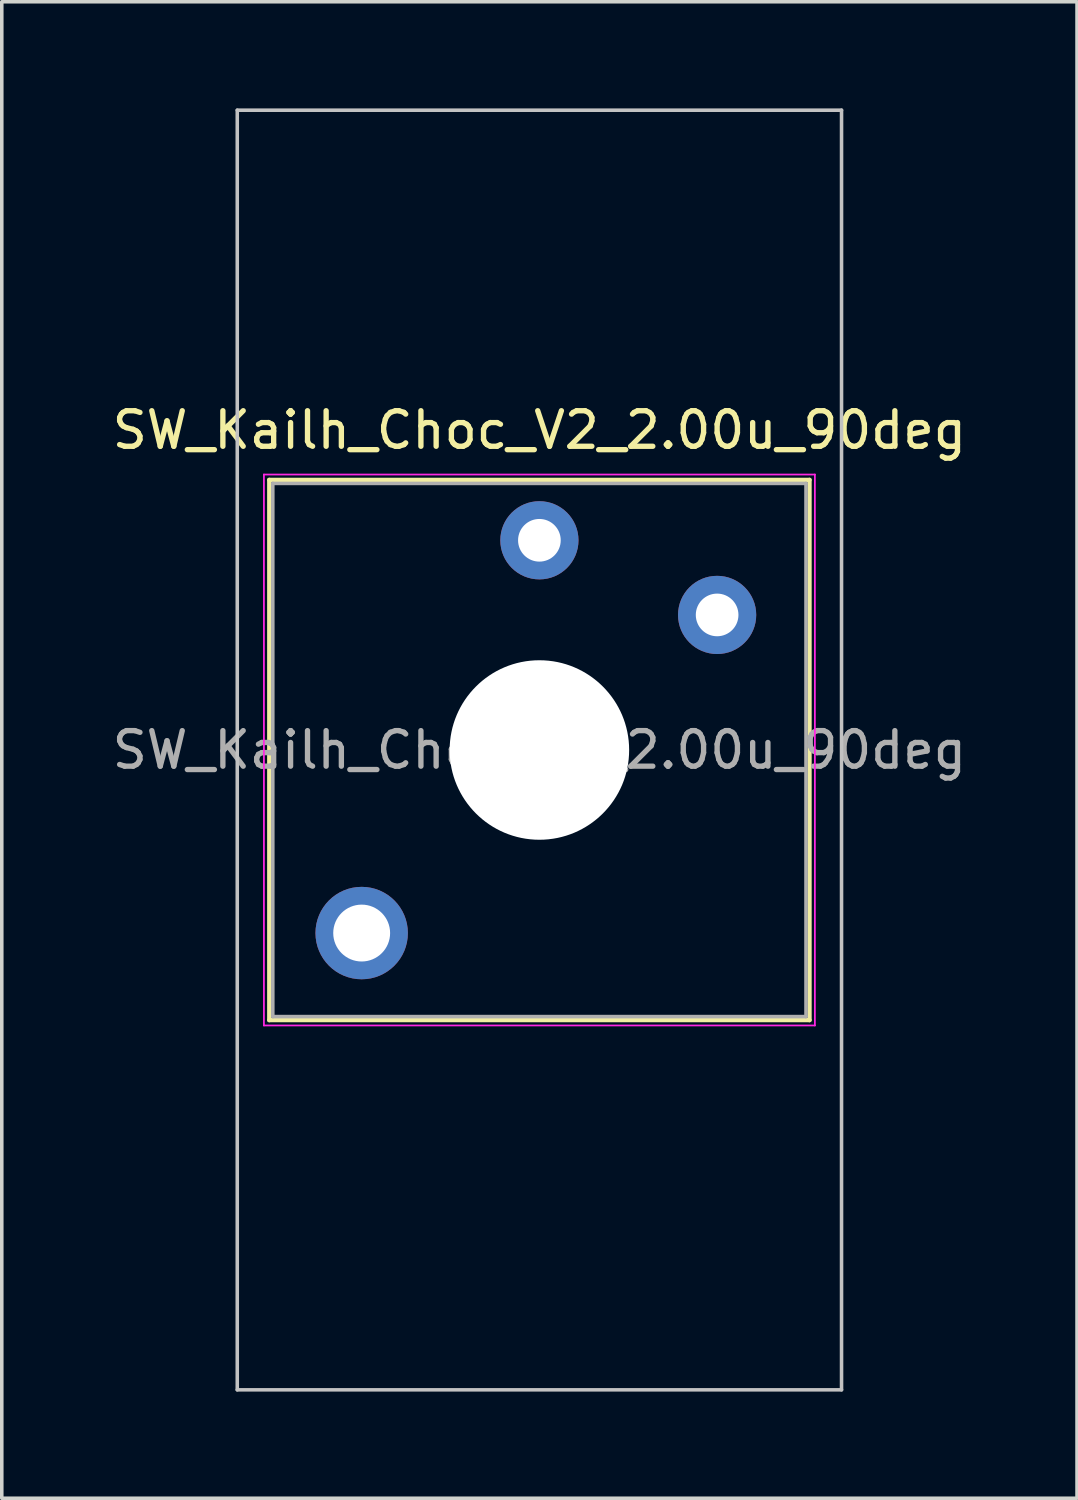
<source format=kicad_pcb>
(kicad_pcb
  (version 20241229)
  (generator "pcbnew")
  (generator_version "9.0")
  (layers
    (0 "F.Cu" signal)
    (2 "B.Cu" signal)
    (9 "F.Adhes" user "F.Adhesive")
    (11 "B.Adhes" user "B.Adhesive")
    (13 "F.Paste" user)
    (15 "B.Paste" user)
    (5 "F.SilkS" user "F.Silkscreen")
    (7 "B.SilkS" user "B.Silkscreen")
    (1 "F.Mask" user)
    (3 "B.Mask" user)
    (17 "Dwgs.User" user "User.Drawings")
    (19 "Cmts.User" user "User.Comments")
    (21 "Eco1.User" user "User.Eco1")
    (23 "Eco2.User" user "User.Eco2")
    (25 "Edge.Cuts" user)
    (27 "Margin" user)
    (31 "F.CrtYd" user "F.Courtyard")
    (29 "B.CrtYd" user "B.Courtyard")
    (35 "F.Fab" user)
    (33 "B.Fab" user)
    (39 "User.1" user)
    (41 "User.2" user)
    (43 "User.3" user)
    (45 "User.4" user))
  (footprint "SW_Kailh_Choc_V2_2.00u_90deg"
    (layer "F.Cu")
    (at 12.125 18.05)
    (property "Reference" "SW_Kailh_Choc_V2_2.00u_90deg" (at 0 -9 0) (layer "F.SilkS") (effects (font (size 1 1) (thickness 0.15))))
    (attr through_hole)
    (fp_line (start -7.6 -7.6) (end -7.6 7.6) (stroke (width 0.12) (type solid)) (layer "F.SilkS"))
    (fp_line (start -7.6 7.6) (end 7.6 7.6) (stroke (width 0.12) (type solid)) (layer "F.SilkS"))
    (fp_line (start 7.6 -7.6) (end -7.6 -7.6) (stroke (width 0.12) (type solid)) (layer "F.SilkS"))
    (fp_line (start 7.6 7.6) (end 7.6 -7.6) (stroke (width 0.12) (type solid)) (layer "F.SilkS"))
    (fp_line (start -8.5 -18) (end 8.5 -18) (stroke (width 0.1) (type solid)) (layer "Dwgs.User"))
    (fp_line (start -8.5 18) (end -8.5 -18) (stroke (width 0.1) (type solid)) (layer "Dwgs.User"))
    (fp_line (start 8.5 -18) (end 8.5 18) (stroke (width 0.1) (type solid)) (layer "Dwgs.User"))
    (fp_line (start 8.5 18) (end -8.5 18) (stroke (width 0.1) (type solid)) (layer "Dwgs.User"))
    (fp_line (start -7.25 -7.25) (end -7.25 7.25) (stroke (width 0.1) (type solid)) (layer "Eco1.User"))
    (fp_line (start -7.25 7.25) (end 7.25 7.25) (stroke (width 0.1) (type solid)) (layer "Eco1.User"))
    (fp_line (start 7.25 -7.25) (end -7.25 -7.25) (stroke (width 0.1) (type solid)) (layer "Eco1.User"))
    (fp_line (start 7.25 7.25) (end 7.25 -7.25) (stroke (width 0.1) (type solid)) (layer "Eco1.User"))
    (fp_line (start -7.75 -7.75) (end -7.75 7.75) (stroke (width 0.05) (type solid)) (layer "F.CrtYd"))
    (fp_line (start -7.75 7.75) (end 7.75 7.75) (stroke (width 0.05) (type solid)) (layer "F.CrtYd"))
    (fp_line (start 7.75 -7.75) (end -7.75 -7.75) (stroke (width 0.05) (type solid)) (layer "F.CrtYd"))
    (fp_line (start 7.75 7.75) (end 7.75 -7.75) (stroke (width 0.05) (type solid)) (layer "F.CrtYd"))
    (fp_line (start -7.5 -7.5) (end -7.5 7.5) (stroke (width 0.1) (type solid)) (layer "F.Fab"))
    (fp_line (start -7.5 7.5) (end 7.5 7.5) (stroke (width 0.1) (type solid)) (layer "F.Fab"))
    (fp_line (start 7.5 -7.5) (end -7.5 -7.5) (stroke (width 0.1) (type solid)) (layer "F.Fab"))
    (fp_line (start 7.5 7.5) (end 7.5 -7.5) (stroke (width 0.1) (type solid)) (layer "F.Fab"))
    (fp_text user "${REFERENCE}" (at 0 0 0) (layer "F.Fab") (effects (font (size 1 1) (thickness 0.15))))
    (pad "" smd circle (at -5 5.15) (size 1.65 1.65) (layers "F.Mask"))
    (pad "" thru_hole circle (at -5 5.15) (size 2.6 2.6) (drill 1.6) (layers "*.Cu" "B.Mask"))
    (pad "" smd circle (at 0 -5.9) (size 1.25 1.25) (layers "F.Mask"))
    (pad "" np_thru_hole circle (at 0 0) (size 5.05 5.05) (drill 5.05) (layers "*.Cu" "*.Mask"))
    (pad "" smd circle (at 5 -3.8) (size 1.25 1.25) (layers "F.Mask"))
    (pad "1" thru_hole circle (at 0 -5.9) (size 2.2 2.2) (drill 1.2) (layers "*.Cu" "B.Mask"))
    (pad "2" thru_hole circle (at 5 -3.8) (size 2.2 2.2) (drill 1.2) (layers "*.Cu" "B.Mask")))
  (gr_rect
    (start -3 -3)
    (end 27.25 39.1)
    (stroke (width 0.1) (type default))
    (fill no)
    (layer "Edge.Cuts")))
</source>
